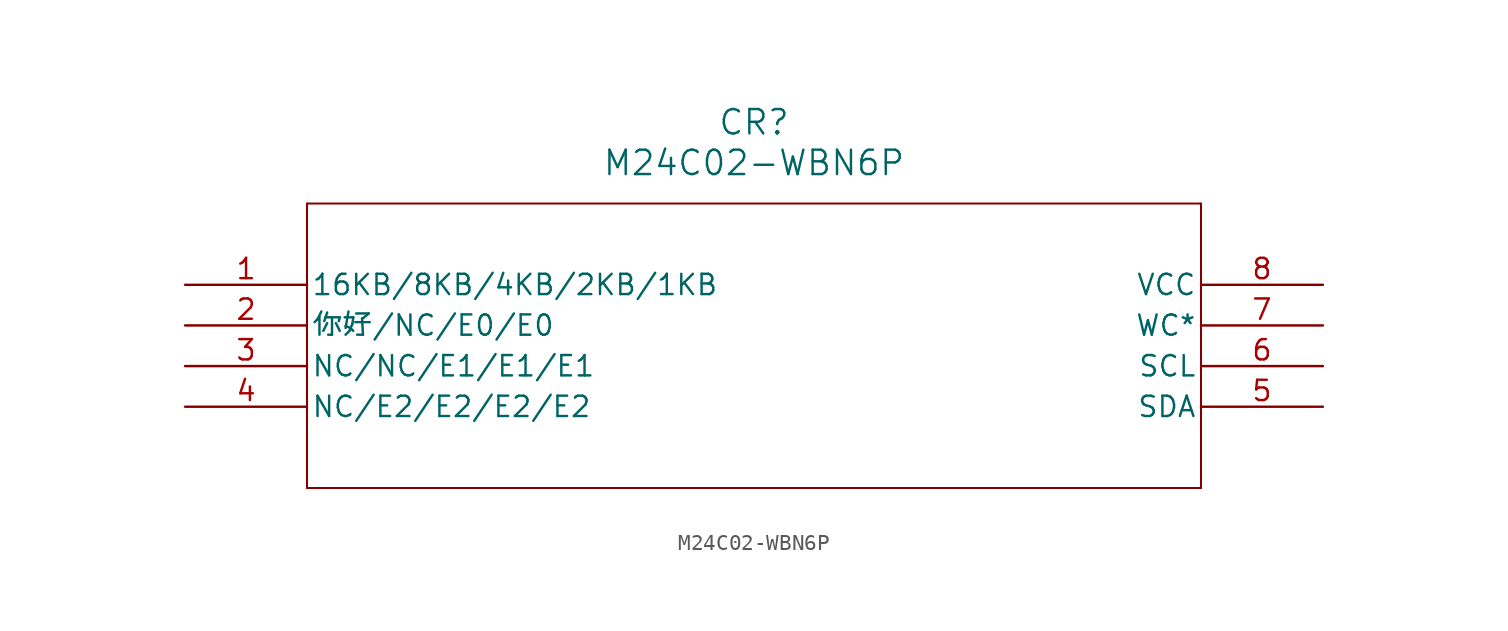
<source format=kicad_sym>
(kicad_symbol_lib
  (version 20211014)
  (generator kicad_symbol_editor)
  (symbol "M24C02-WBN6P"
    (pin_names
      (offset 0.254))
    (property "Reference" "CR"
      (at 35.56 10.16 0)
      (effects (font (size 1.524 1.524))))
    (property "Value" "M24C02-WBN6P"
      (at 35.56 7.62 0)
      (effects (font (size 1.524 1.524))))
    (symbol "M24C02-WBN6P_0_1"
      (polyline (pts (xy 7.62 5.08) (xy 7.62 -12.7)) (stroke (width 0.127) (type default) (color 0 0 0 0)) (fill (type none)))
      (polyline (pts (xy 7.62 -12.7) (xy 63.5 -12.7)) (stroke (width 0.127) (type default) (color 0 0 0 0)) (fill (type none)))
      (polyline (pts (xy 63.5 -12.7) (xy 63.5 5.08)) (stroke (width 0.127) (type default) (color 0 0 0 0)) (fill (type none)))
      (polyline (pts (xy 63.5 5.08) (xy 7.62 5.08)) (stroke (width 0.127) (type default) (color 0 0 0 0)) (fill (type none)))
      (pin bidirectional line (at 0 0 0) (length 7.62) (name "16KB/8KB/4KB/2KB/1KB" (effects (font (size 1.27 1.27)))) (number "1" (effects (font (size 1.27 1.27)))))
      (pin bidirectional line (at 0 -2.54 0) (length 7.62) (name "你好/NC/E0/E0" (effects (font (size 1.27 1.27)))) (number "2" (effects (font (size 1.27 1.27)))))
      (pin bidirectional line (at 0 -5.08 0) (length 7.62) (name "NC/NC/E1/E1/E1" (effects (font (size 1.27 1.27)))) (number "3" (effects (font (size 1.27 1.27)))))
      (pin bidirectional line (at 0 -7.62 0) (length 7.62) (name "NC/E2/E2/E2/E2" (effects (font (size 1.27 1.27)))) (number "4" (effects (font (size 1.27 1.27)))))
      (pin bidirectional line (at 71.12 -7.62 180) (length 7.62) (name "SDA" (effects (font (size 1.27 1.27)))) (number "5" (effects (font (size 1.27 1.27)))))
      (pin input line (at 71.12 -5.08 180) (length 7.62) (name "SCL" (effects (font (size 1.27 1.27)))) (number "6" (effects (font (size 1.27 1.27)))))
      (pin input line (at 71.12 -2.54 180) (length 7.62) (name "WC*" (effects (font (size 1.27 1.27)))) (number "7" (effects (font (size 1.27 1.27)))))
      (pin power_in line (at 71.12 0 180) (length 7.62) (name "VCC" (effects (font (size 1.27 1.27)))) (number "8" (effects (font (size 1.27 1.27))))))))
</source>
